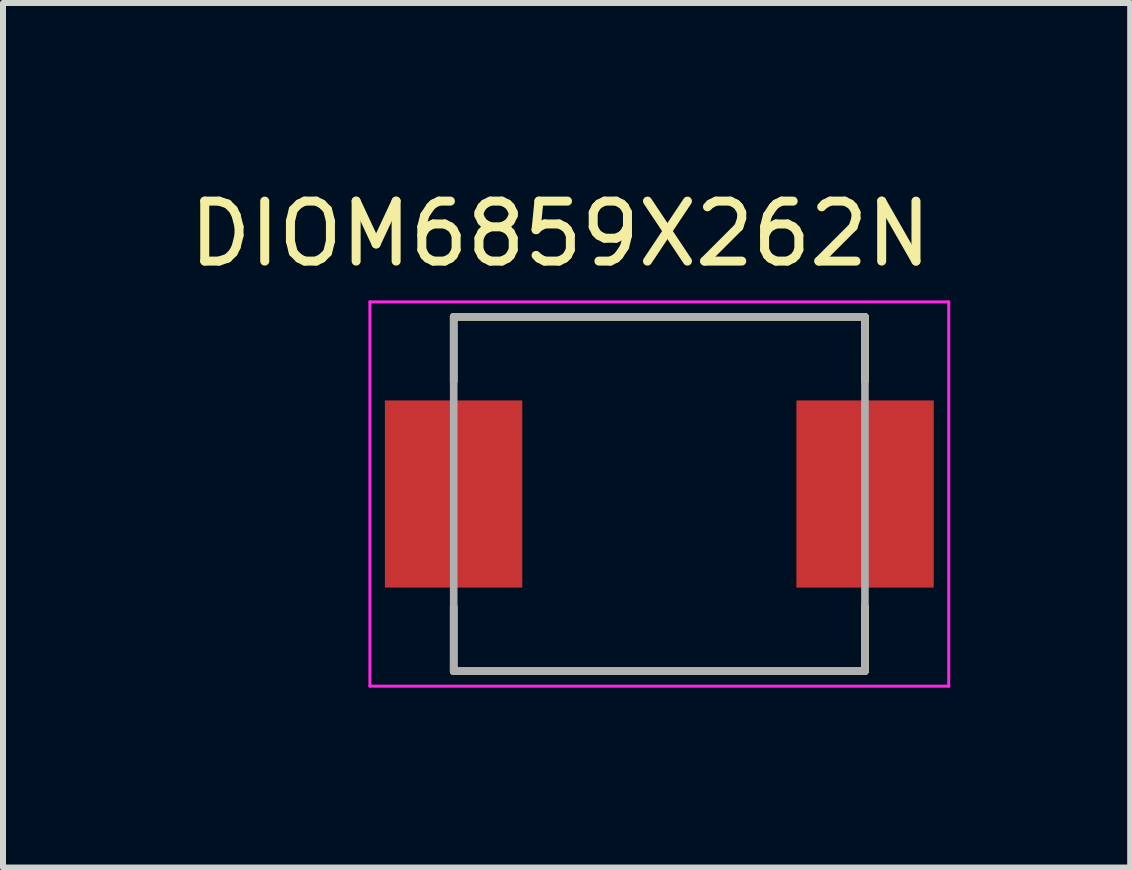
<source format=kicad_pcb>
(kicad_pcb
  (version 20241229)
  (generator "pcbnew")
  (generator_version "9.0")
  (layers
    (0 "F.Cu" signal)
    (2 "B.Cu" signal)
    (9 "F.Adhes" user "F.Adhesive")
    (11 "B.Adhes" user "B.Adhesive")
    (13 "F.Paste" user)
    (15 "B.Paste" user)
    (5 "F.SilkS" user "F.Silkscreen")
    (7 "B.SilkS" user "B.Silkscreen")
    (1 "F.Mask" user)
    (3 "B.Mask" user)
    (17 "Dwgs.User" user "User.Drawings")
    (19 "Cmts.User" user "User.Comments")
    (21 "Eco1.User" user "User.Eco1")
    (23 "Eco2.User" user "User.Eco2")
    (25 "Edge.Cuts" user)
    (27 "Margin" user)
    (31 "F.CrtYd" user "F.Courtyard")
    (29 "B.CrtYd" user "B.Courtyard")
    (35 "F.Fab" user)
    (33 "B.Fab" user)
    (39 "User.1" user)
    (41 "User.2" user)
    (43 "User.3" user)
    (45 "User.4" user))
  (footprint "DIOM6859X262N"
    (layer "F.Cu")
    (at 7.942 5.186)
    (property "Reference" "DIOM6859X262N" (at -1.65 -4.338 0) (layer "F.SilkS") (effects (font (size 1 1) (thickness 0.15))))
    (attr smd)
    (fp_line (start -3.428 -2.953) (end -3.428 -1.88) (stroke (width 0.127) (type solid)) (layer "F.SilkS"))
    (fp_line (start -3.428 2.953) (end -3.428 1.88) (stroke (width 0.127) (type solid)) (layer "F.SilkS"))
    (fp_line (start -3.428 2.953) (end 3.428 2.953) (stroke (width 0.127) (type solid)) (layer "F.SilkS"))
    (fp_line (start 3.428 -2.953) (end -3.428 -2.953) (stroke (width 0.127) (type solid)) (layer "F.SilkS"))
    (fp_line (start 3.428 -1.88) (end 3.428 -2.953) (stroke (width 0.127) (type solid)) (layer "F.SilkS"))
    (fp_line (start 3.428 2.953) (end 3.428 1.88) (stroke (width 0.127) (type solid)) (layer "F.SilkS"))
    (fp_line (start -4.825 -3.203) (end -4.825 3.203) (stroke (width 0.05) (type solid)) (layer "F.CrtYd"))
    (fp_line (start -4.825 3.203) (end 4.825 3.203) (stroke (width 0.05) (type solid)) (layer "F.CrtYd"))
    (fp_line (start 4.825 -3.203) (end -4.825 -3.203) (stroke (width 0.05) (type solid)) (layer "F.CrtYd"))
    (fp_line (start 4.825 3.203) (end 4.825 -3.203) (stroke (width 0.05) (type solid)) (layer "F.CrtYd"))
    (fp_line (start -3.428 -2.953) (end -3.428 2.953) (stroke (width 0.127) (type solid)) (layer "F.Fab"))
    (fp_line (start -3.428 2.953) (end 3.428 2.953) (stroke (width 0.127) (type solid)) (layer "F.Fab"))
    (fp_line (start 3.428 -2.953) (end -3.428 -2.953) (stroke (width 0.127) (type solid)) (layer "F.Fab"))
    (fp_line (start 3.428 2.953) (end 3.428 -2.953) (stroke (width 0.127) (type solid)) (layer "F.Fab"))
    (pad "1" smd rect (at -3.43 0) (size 2.29 3.12) (layers "F.Cu" "F.Mask" "F.Paste"))
    (pad "2" smd rect (at 3.43 0) (size 2.29 3.12) (layers "F.Cu" "F.Mask" "F.Paste")))
  (gr_rect
    (start -3 -3)
    (end 15.792 11.413)
    (stroke (width 0.1) (type default))
    (fill no)
    (layer "Edge.Cuts")))
</source>
